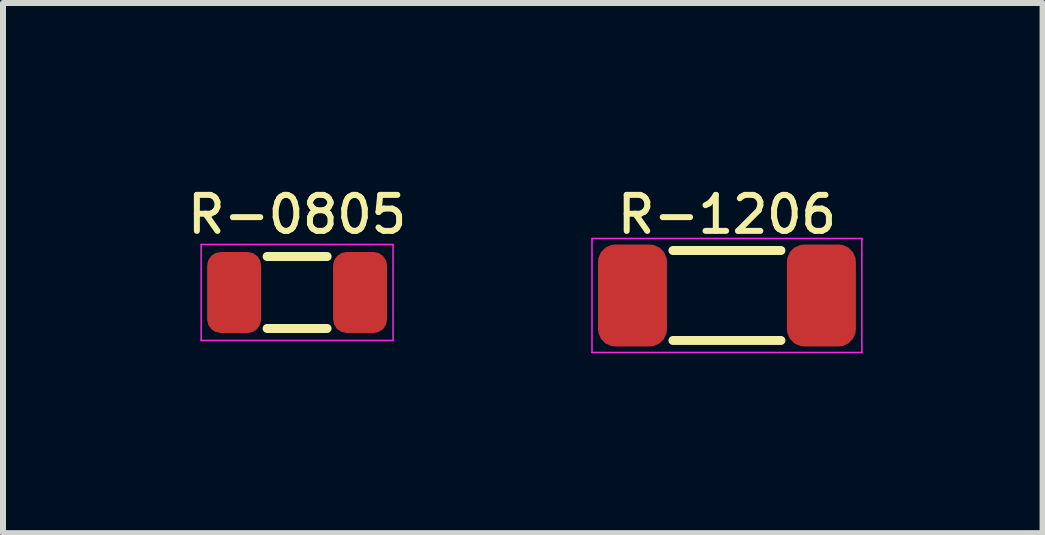
<source format=kicad_pcb>
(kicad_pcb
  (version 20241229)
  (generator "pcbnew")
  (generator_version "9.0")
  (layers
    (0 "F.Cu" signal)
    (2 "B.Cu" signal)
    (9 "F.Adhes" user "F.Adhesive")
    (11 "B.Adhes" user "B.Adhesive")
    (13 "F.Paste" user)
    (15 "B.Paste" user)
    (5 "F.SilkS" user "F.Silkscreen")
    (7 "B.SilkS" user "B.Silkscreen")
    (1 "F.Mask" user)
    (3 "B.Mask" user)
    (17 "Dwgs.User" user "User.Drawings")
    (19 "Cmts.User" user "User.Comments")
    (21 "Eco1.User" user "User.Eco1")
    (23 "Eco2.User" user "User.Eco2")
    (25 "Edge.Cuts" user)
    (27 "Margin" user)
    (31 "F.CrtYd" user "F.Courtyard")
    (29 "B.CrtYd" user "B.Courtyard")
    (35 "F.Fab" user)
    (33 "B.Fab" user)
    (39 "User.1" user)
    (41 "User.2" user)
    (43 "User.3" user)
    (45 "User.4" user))
  (footprint "R-0805"
    (layer "F.Cu")
    (at 1.904 1.827)
    (property "Reference" "R-0805" (at 0 -1.3 0) (layer "F.SilkS") (effects (font (size 0.6 0.6) (thickness 0.1))))
    (attr through_hole)
    (fp_line (start -0.5 -0.6) (end 0.5 -0.6) (stroke (width 0.15) (type solid)) (layer "F.SilkS"))
    (fp_line (start -0.5 0.6) (end 0.5 0.6) (stroke (width 0.15) (type solid)) (layer "F.SilkS"))
    (fp_line (start -1.6 -0.8) (end 1.6 -0.8) (stroke (width 0.025) (type solid)) (layer "F.CrtYd"))
    (fp_line (start -1.6 0.8) (end -1.6 -0.8) (stroke (width 0.025) (type solid)) (layer "F.CrtYd"))
    (fp_line (start 1.6 -0.8) (end 1.6 0.8) (stroke (width 0.025) (type solid)) (layer "F.CrtYd"))
    (fp_line (start 1.6 0.8) (end -1.6 0.8) (stroke (width 0.025) (type solid)) (layer "F.CrtYd"))
    (pad "1" smd roundrect (at -1.05 0) (size 0.9 1.35) (layers "F.Cu" "F.Mask" "F.Paste") (roundrect_rratio 0.25))
    (pad "2" smd roundrect (at 1.05 0) (size 0.9 1.35) (layers "F.Cu" "F.Mask" "F.Paste") (roundrect_rratio 0.25)))
  (footprint "R-1206"
    (layer "F.Cu")
    (at 9.071 1.877)
    (property "Reference" "R-1206" (at 0 -1.35 0) (layer "F.SilkS") (effects (font (size 0.6 0.6) (thickness 0.1))))
    (attr through_hole)
    (fp_line (start -0.9 -0.75) (end 0.9 -0.75) (stroke (width 0.15) (type solid)) (layer "F.SilkS"))
    (fp_line (start -0.9 0.75) (end 0.9 0.75) (stroke (width 0.15) (type solid)) (layer "F.SilkS"))
    (fp_line (start -2.25 -0.95) (end 2.25 -0.95) (stroke (width 0.025) (type solid)) (layer "F.CrtYd"))
    (fp_line (start -2.25 0.95) (end -2.25 -0.95) (stroke (width 0.025) (type solid)) (layer "F.CrtYd"))
    (fp_line (start 2.25 -0.95) (end 2.25 0.95) (stroke (width 0.025) (type solid)) (layer "F.CrtYd"))
    (fp_line (start 2.25 0.95) (end -2.25 0.95) (stroke (width 0.025) (type solid)) (layer "F.CrtYd"))
    (pad "1" smd roundrect (at -1.575 0) (size 1.15 1.7) (layers "F.Cu" "F.Mask" "F.Paste") (roundrect_rratio 0.25))
    (pad "2" smd roundrect (at 1.575 0) (size 1.15 1.7) (layers "F.Cu" "F.Mask" "F.Paste") (roundrect_rratio 0.25)))
  (gr_rect
    (start -3 -3)
    (end 14.334 5.839)
    (stroke (width 0.1) (type default))
    (fill no)
    (layer "Edge.Cuts")))
</source>
